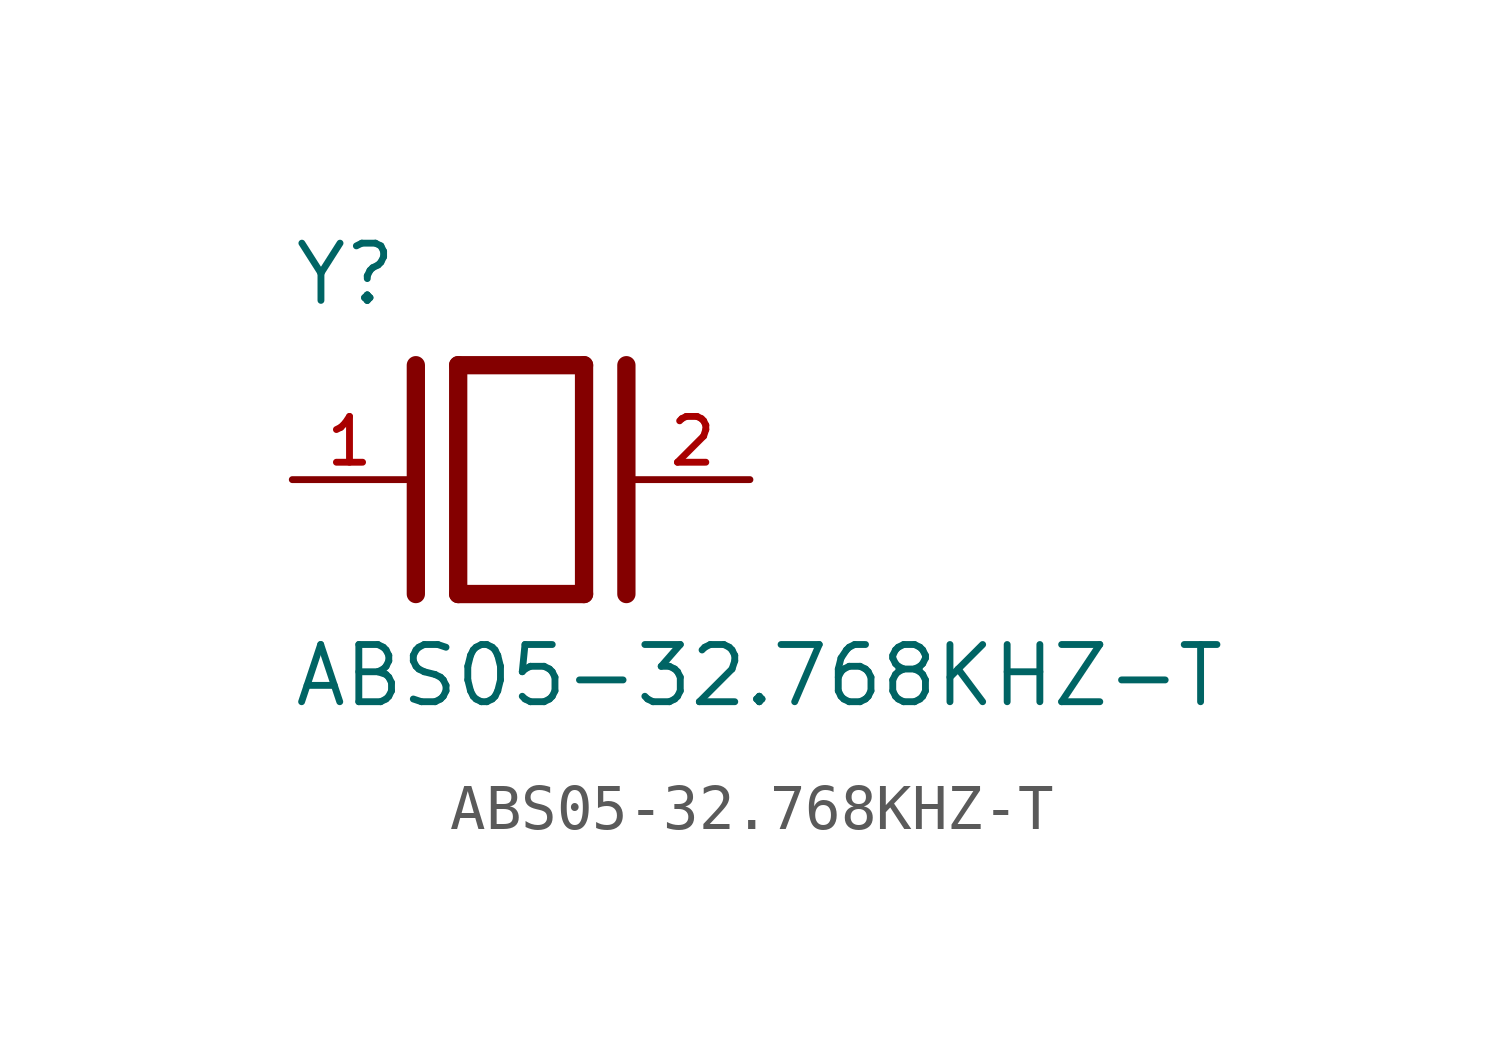
<source format=kicad_sym>
(kicad_symbol_lib
  (version 20211014)
  (generator kicad_symbol_editor)
  (symbol "ABS05-32.768KHZ-T"
    (pin_names
      (offset 1.016))
    (property "Reference" "Y"
      (at -5.088 3.816 0)
      (effects (font (size 1.27 1.27)) (justify bottom left)))
    (property "Value" "ABS05-32.768KHZ-T"
      (at -5.094 -5.094 0)
      (effects (font (size 1.27 1.27)) (justify bottom left)))
    (symbol "ABS05-32.768KHZ-T_0_0"
      (polyline (pts (xy -1.397 2.54) (xy 1.397 2.54)) (stroke (width 0.406)))
      (polyline (pts (xy 1.397 2.54) (xy 1.397 -2.54)) (stroke (width 0.406)))
      (polyline (pts (xy 1.397 -2.54) (xy -1.397 -2.54)) (stroke (width 0.406)))
      (polyline (pts (xy -1.397 2.54) (xy -1.397 -2.54)) (stroke (width 0.406)))
      (polyline (pts (xy 2.337 2.54) (xy 2.337 -2.54)) (stroke (width 0.406)))
      (polyline (pts (xy -2.337 2.54) (xy -2.337 -2.54)) (stroke (width 0.406)))
      (pin passive line (at 5.08 0.0 180.0) (length 2.54) (name "~" (effects (font (size 1.016 1.016)))) (number "2" (effects (font (size 1.016 1.016)))))
      (pin passive line (at -5.08 0.0 0) (length 2.54) (name "~" (effects (font (size 1.016 1.016)))) (number "1" (effects (font (size 1.016 1.016))))))))
</source>
